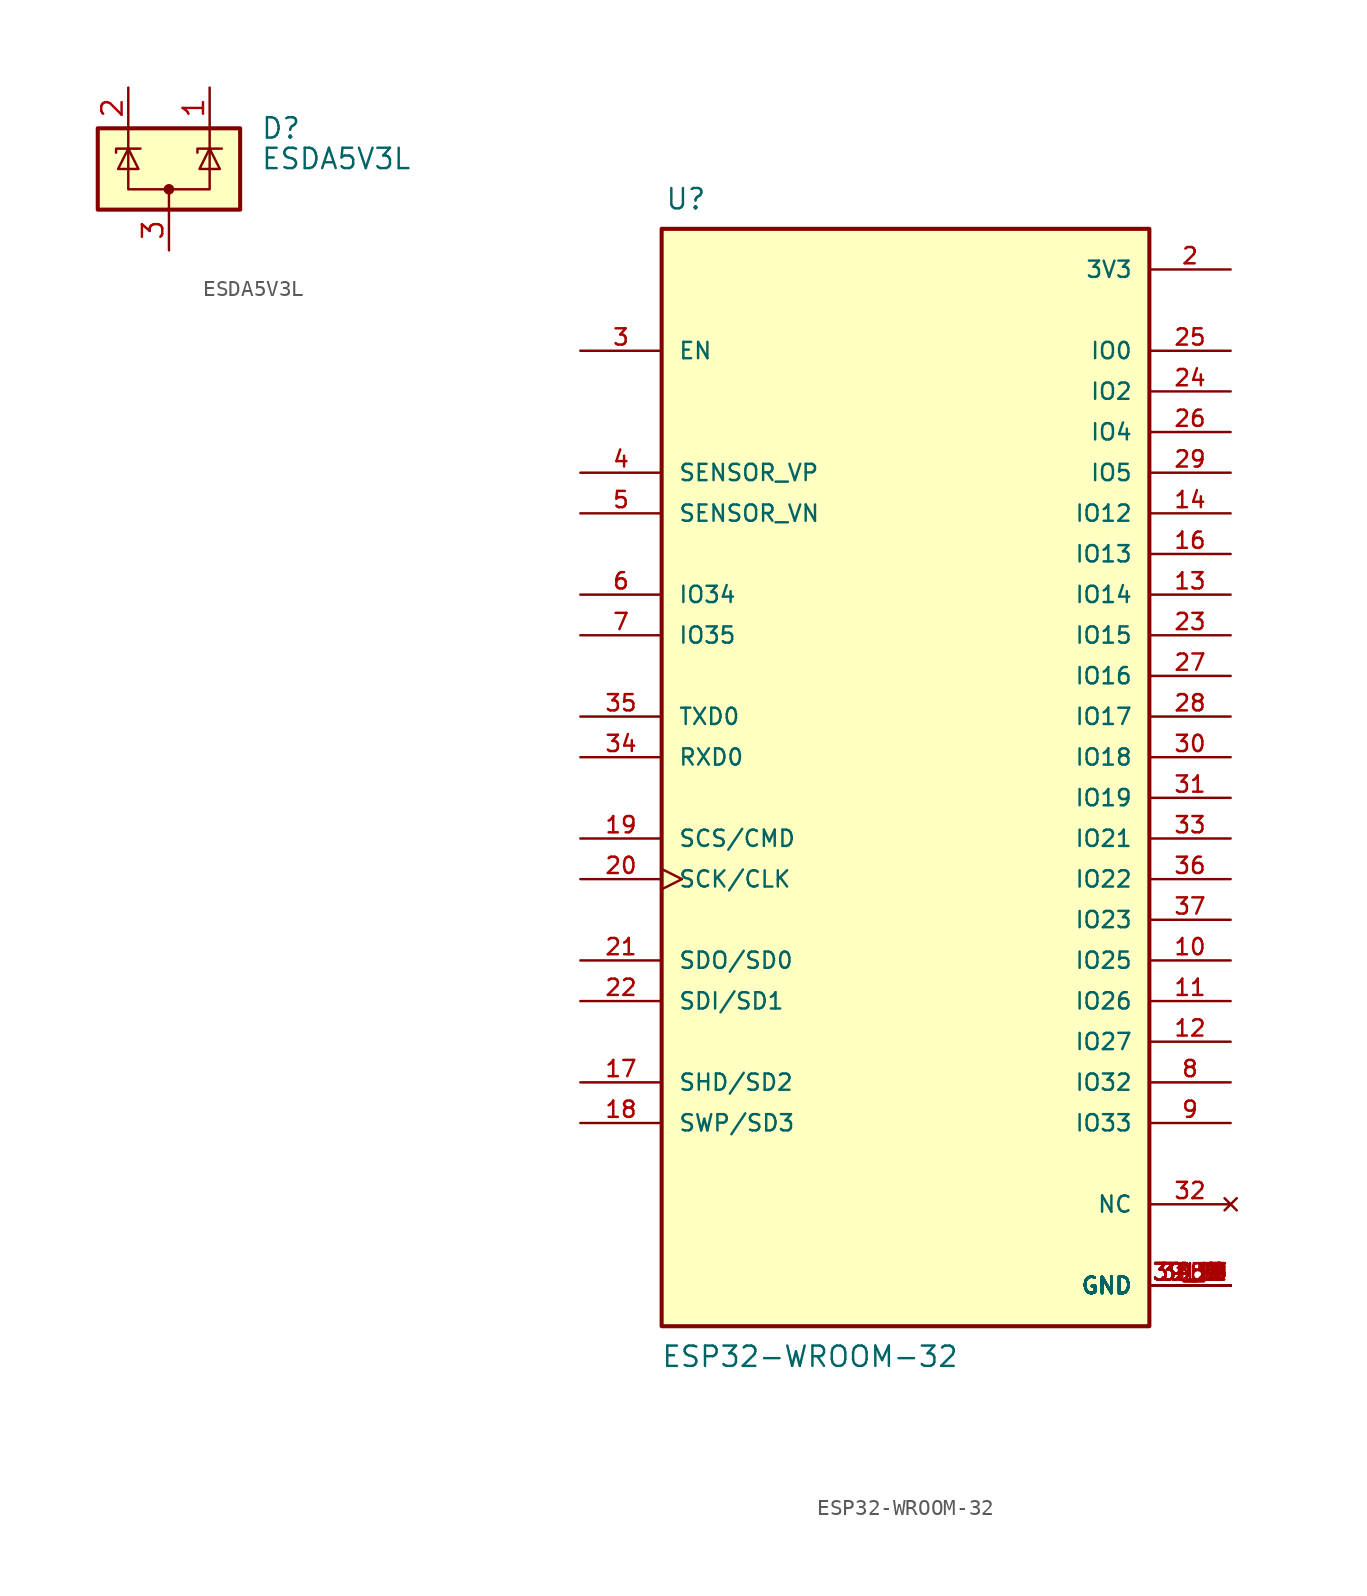
<source format=kicad_sym>
(kicad_symbol_lib
  (version 20211014)
  (generator kicad_symbol_editor)
  (symbol "ESDA5V3L"
    (pin_names hide)
    (property "Reference" "D"
      (at 5.715 2.54 0)
      (effects (font (size 1.27 1.27)) (justify left)))
    (property "Value" "ESDA5V3L"
      (at 5.715 0.635 0)
      (effects (font (size 1.27 1.27)) (justify left)))
    (symbol "ESDA5V3L_0_0"
      (pin passive line (at 0 -5.08 90) (length 2.54) (name "A" (effects (font (size 1.27 1.27)))) (number "3" (effects (font (size 1.27 1.27))))))
    (symbol "ESDA5V3L_0_1"
      (rectangle (start -4.445 2.54) (end 4.445 -2.54) (stroke (width 0.254) (type default) (color 0 0 0 0)) (fill (type background)))
      (circle (center 0 -1.27) (radius 0.254) (stroke (width 0) (type default) (color 0 0 0 0)) (fill (type outline)))
      (polyline (pts (xy -2.54 2.54) (xy -2.54 1.27)) (stroke (width 0) (type default) (color 0 0 0 0)) (fill (type none)))
      (polyline (pts (xy 0 -1.27) (xy 0 -2.54)) (stroke (width 0) (type default) (color 0 0 0 0)) (fill (type none)))
      (polyline (pts (xy 2.54 2.54) (xy 2.54 1.27)) (stroke (width 0) (type default) (color 0 0 0 0)) (fill (type none)))
      (polyline (pts (xy -3.302 1.016) (xy -3.302 1.27) (xy -1.905 1.27) (xy -1.778 1.27)) (stroke (width 0) (type default) (color 0 0 0 0)) (fill (type none)))
      (polyline (pts (xy -2.54 1.27) (xy -2.54 -1.27) (xy 2.54 -1.27) (xy 2.54 1.27)) (stroke (width 0) (type default) (color 0 0 0 0)) (fill (type none)))
      (polyline (pts (xy -2.54 1.27) (xy -1.905 0) (xy -3.175 0) (xy -2.54 1.27)) (stroke (width 0) (type default) (color 0 0 0 0)) (fill (type none)))
      (polyline (pts (xy 1.778 1.016) (xy 1.778 1.27) (xy 3.175 1.27) (xy 3.302 1.27)) (stroke (width 0) (type default) (color 0 0 0 0)) (fill (type none)))
      (polyline (pts (xy 2.54 1.27) (xy 1.905 0) (xy 3.175 0) (xy 2.54 1.27)) (stroke (width 0) (type default) (color 0 0 0 0)) (fill (type none))))
    (symbol "ESDA5V3L_1_1"
      (pin passive line (at 2.54 5.08 270) (length 2.54) (name "K" (effects (font (size 1.27 1.27)))) (number "1" (effects (font (size 1.27 1.27)))))
      (pin passive line (at -2.54 5.08 270) (length 2.54) (name "K" (effects (font (size 1.27 1.27)))) (number "2" (effects (font (size 1.27 1.27)))))))
  (symbol "ESP32-WROOM-32"
    (pin_names
      (offset 1.016))
    (property "Reference" "U"
      (at -15.037 36.678 0)
      (effects (font (size 1.27 1.27)) (justify left bottom)))
    (property "Value" "ESP32-WROOM-32"
      (at -15.291 -35.662 0)
      (effects (font (size 1.27 1.27)) (justify left bottom)))
    (property "ki_locked" ""
      (at 0 0 0)
      (effects (font (size 1.27 1.27))))
    (symbol "ESP32-WROOM-32_0_0"
      (rectangle (start -15.24 -33.02) (end 15.24 35.56) (stroke (width 0.254) (type default) (color 0 0 0 0)) (fill (type background)))
      (pin power_in line (at 20.32 -30.48 180) (length 5.08) (name "GND" (effects (font (size 1.016 1.016)))) (number "1" (effects (font (size 1.016 1.016)))))
      (pin bidirectional line (at 20.32 -10.16 180) (length 5.08) (name "IO25" (effects (font (size 1.016 1.016)))) (number "10" (effects (font (size 1.016 1.016)))))
      (pin bidirectional line (at 20.32 -12.7 180) (length 5.08) (name "IO26" (effects (font (size 1.016 1.016)))) (number "11" (effects (font (size 1.016 1.016)))))
      (pin bidirectional line (at 20.32 -15.24 180) (length 5.08) (name "IO27" (effects (font (size 1.016 1.016)))) (number "12" (effects (font (size 1.016 1.016)))))
      (pin bidirectional line (at 20.32 12.7 180) (length 5.08) (name "IO14" (effects (font (size 1.016 1.016)))) (number "13" (effects (font (size 1.016 1.016)))))
      (pin bidirectional line (at 20.32 17.78 180) (length 5.08) (name "IO12" (effects (font (size 1.016 1.016)))) (number "14" (effects (font (size 1.016 1.016)))))
      (pin power_in line (at 20.32 -30.48 180) (length 5.08) (name "GND" (effects (font (size 1.016 1.016)))) (number "15" (effects (font (size 1.016 1.016)))))
      (pin bidirectional line (at 20.32 15.24 180) (length 5.08) (name "IO13" (effects (font (size 1.016 1.016)))) (number "16" (effects (font (size 1.016 1.016)))))
      (pin bidirectional line (at -20.32 -17.78 0) (length 5.08) (name "SHD/SD2" (effects (font (size 1.016 1.016)))) (number "17" (effects (font (size 1.016 1.016)))))
      (pin bidirectional line (at -20.32 -20.32 0) (length 5.08) (name "SWP/SD3" (effects (font (size 1.016 1.016)))) (number "18" (effects (font (size 1.016 1.016)))))
      (pin bidirectional line (at -20.32 -2.54 0) (length 5.08) (name "SCS/CMD" (effects (font (size 1.016 1.016)))) (number "19" (effects (font (size 1.016 1.016)))))
      (pin power_in line (at 20.32 33.02 180) (length 5.08) (name "3V3" (effects (font (size 1.016 1.016)))) (number "2" (effects (font (size 1.016 1.016)))))
      (pin bidirectional clock (at -20.32 -5.08 0) (length 5.08) (name "SCK/CLK" (effects (font (size 1.016 1.016)))) (number "20" (effects (font (size 1.016 1.016)))))
      (pin bidirectional line (at -20.32 -10.16 0) (length 5.08) (name "SDO/SD0" (effects (font (size 1.016 1.016)))) (number "21" (effects (font (size 1.016 1.016)))))
      (pin bidirectional line (at -20.32 -12.7 0) (length 5.08) (name "SDI/SD1" (effects (font (size 1.016 1.016)))) (number "22" (effects (font (size 1.016 1.016)))))
      (pin bidirectional line (at 20.32 10.16 180) (length 5.08) (name "IO15" (effects (font (size 1.016 1.016)))) (number "23" (effects (font (size 1.016 1.016)))))
      (pin bidirectional line (at 20.32 25.4 180) (length 5.08) (name "IO2" (effects (font (size 1.016 1.016)))) (number "24" (effects (font (size 1.016 1.016)))))
      (pin bidirectional line (at 20.32 27.94 180) (length 5.08) (name "IO0" (effects (font (size 1.016 1.016)))) (number "25" (effects (font (size 1.016 1.016)))))
      (pin bidirectional line (at 20.32 22.86 180) (length 5.08) (name "IO4" (effects (font (size 1.016 1.016)))) (number "26" (effects (font (size 1.016 1.016)))))
      (pin bidirectional line (at 20.32 7.62 180) (length 5.08) (name "IO16" (effects (font (size 1.016 1.016)))) (number "27" (effects (font (size 1.016 1.016)))))
      (pin bidirectional line (at 20.32 5.08 180) (length 5.08) (name "IO17" (effects (font (size 1.016 1.016)))) (number "28" (effects (font (size 1.016 1.016)))))
      (pin bidirectional line (at 20.32 20.32 180) (length 5.08) (name "IO5" (effects (font (size 1.016 1.016)))) (number "29" (effects (font (size 1.016 1.016)))))
      (pin input line (at -20.32 27.94 0) (length 5.08) (name "EN" (effects (font (size 1.016 1.016)))) (number "3" (effects (font (size 1.016 1.016)))))
      (pin bidirectional line (at 20.32 2.54 180) (length 5.08) (name "IO18" (effects (font (size 1.016 1.016)))) (number "30" (effects (font (size 1.016 1.016)))))
      (pin bidirectional line (at 20.32 0 180) (length 5.08) (name "IO19" (effects (font (size 1.016 1.016)))) (number "31" (effects (font (size 1.016 1.016)))))
      (pin no_connect line (at 20.32 -25.4 180) (length 5.08) (name "NC" (effects (font (size 1.016 1.016)))) (number "32" (effects (font (size 1.016 1.016)))))
      (pin bidirectional line (at 20.32 -2.54 180) (length 5.08) (name "IO21" (effects (font (size 1.016 1.016)))) (number "33" (effects (font (size 1.016 1.016)))))
      (pin bidirectional line (at -20.32 2.54 0) (length 5.08) (name "RXD0" (effects (font (size 1.016 1.016)))) (number "34" (effects (font (size 1.016 1.016)))))
      (pin bidirectional line (at -20.32 5.08 0) (length 5.08) (name "TXD0" (effects (font (size 1.016 1.016)))) (number "35" (effects (font (size 1.016 1.016)))))
      (pin bidirectional line (at 20.32 -5.08 180) (length 5.08) (name "IO22" (effects (font (size 1.016 1.016)))) (number "36" (effects (font (size 1.016 1.016)))))
      (pin bidirectional line (at 20.32 -7.62 180) (length 5.08) (name "IO23" (effects (font (size 1.016 1.016)))) (number "37" (effects (font (size 1.016 1.016)))))
      (pin power_in line (at 20.32 -30.48 180) (length 5.08) (name "GND" (effects (font (size 1.016 1.016)))) (number "38" (effects (font (size 1.016 1.016)))))
      (pin power_in line (at 20.32 -30.48 180) (length 5.08) (name "GND" (effects (font (size 1.016 1.016)))) (number "39_1" (effects (font (size 1.016 1.016)))))
      (pin power_in line (at 20.32 -30.48 180) (length 5.08) (name "GND" (effects (font (size 1.016 1.016)))) (number "39_10" (effects (font (size 1.016 1.016)))))
      (pin power_in line (at 20.32 -30.48 180) (length 5.08) (name "GND" (effects (font (size 1.016 1.016)))) (number "39_11" (effects (font (size 1.016 1.016)))))
      (pin power_in line (at 20.32 -30.48 180) (length 5.08) (name "GND" (effects (font (size 1.016 1.016)))) (number "39_12" (effects (font (size 1.016 1.016)))))
      (pin power_in line (at 20.32 -30.48 180) (length 5.08) (name "GND" (effects (font (size 1.016 1.016)))) (number "39_13" (effects (font (size 1.016 1.016)))))
      (pin power_in line (at 20.32 -30.48 180) (length 5.08) (name "GND" (effects (font (size 1.016 1.016)))) (number "39_14" (effects (font (size 1.016 1.016)))))
      (pin power_in line (at 20.32 -30.48 180) (length 5.08) (name "GND" (effects (font (size 1.016 1.016)))) (number "39_15" (effects (font (size 1.016 1.016)))))
      (pin power_in line (at 20.32 -30.48 180) (length 5.08) (name "GND" (effects (font (size 1.016 1.016)))) (number "39_16" (effects (font (size 1.016 1.016)))))
      (pin power_in line (at 20.32 -30.48 180) (length 5.08) (name "GND" (effects (font (size 1.016 1.016)))) (number "39_17" (effects (font (size 1.016 1.016)))))
      (pin power_in line (at 20.32 -30.48 180) (length 5.08) (name "GND" (effects (font (size 1.016 1.016)))) (number "39_18" (effects (font (size 1.016 1.016)))))
      (pin power_in line (at 20.32 -30.48 180) (length 5.08) (name "GND" (effects (font (size 1.016 1.016)))) (number "39_19" (effects (font (size 1.016 1.016)))))
      (pin power_in line (at 20.32 -30.48 180) (length 5.08) (name "GND" (effects (font (size 1.016 1.016)))) (number "39_2" (effects (font (size 1.016 1.016)))))
      (pin power_in line (at 20.32 -30.48 180) (length 5.08) (name "GND" (effects (font (size 1.016 1.016)))) (number "39_20" (effects (font (size 1.016 1.016)))))
      (pin power_in line (at 20.32 -30.48 180) (length 5.08) (name "GND" (effects (font (size 1.016 1.016)))) (number "39_21" (effects (font (size 1.016 1.016)))))
      (pin power_in line (at 20.32 -30.48 180) (length 5.08) (name "GND" (effects (font (size 1.016 1.016)))) (number "39_3" (effects (font (size 1.016 1.016)))))
      (pin power_in line (at 20.32 -30.48 180) (length 5.08) (name "GND" (effects (font (size 1.016 1.016)))) (number "39_4" (effects (font (size 1.016 1.016)))))
      (pin power_in line (at 20.32 -30.48 180) (length 5.08) (name "GND" (effects (font (size 1.016 1.016)))) (number "39_5" (effects (font (size 1.016 1.016)))))
      (pin power_in line (at 20.32 -30.48 180) (length 5.08) (name "GND" (effects (font (size 1.016 1.016)))) (number "39_6" (effects (font (size 1.016 1.016)))))
      (pin power_in line (at 20.32 -30.48 180) (length 5.08) (name "GND" (effects (font (size 1.016 1.016)))) (number "39_7" (effects (font (size 1.016 1.016)))))
      (pin power_in line (at 20.32 -30.48 180) (length 5.08) (name "GND" (effects (font (size 1.016 1.016)))) (number "39_8" (effects (font (size 1.016 1.016)))))
      (pin power_in line (at 20.32 -30.48 180) (length 5.08) (name "GND" (effects (font (size 1.016 1.016)))) (number "39_9" (effects (font (size 1.016 1.016)))))
      (pin input line (at -20.32 20.32 0) (length 5.08) (name "SENSOR_VP" (effects (font (size 1.016 1.016)))) (number "4" (effects (font (size 1.016 1.016)))))
      (pin input line (at -20.32 17.78 0) (length 5.08) (name "SENSOR_VN" (effects (font (size 1.016 1.016)))) (number "5" (effects (font (size 1.016 1.016)))))
      (pin input line (at -20.32 12.7 0) (length 5.08) (name "IO34" (effects (font (size 1.016 1.016)))) (number "6" (effects (font (size 1.016 1.016)))))
      (pin input line (at -20.32 10.16 0) (length 5.08) (name "IO35" (effects (font (size 1.016 1.016)))) (number "7" (effects (font (size 1.016 1.016)))))
      (pin bidirectional line (at 20.32 -17.78 180) (length 5.08) (name "IO32" (effects (font (size 1.016 1.016)))) (number "8" (effects (font (size 1.016 1.016)))))
      (pin bidirectional line (at 20.32 -20.32 180) (length 5.08) (name "IO33" (effects (font (size 1.016 1.016)))) (number "9" (effects (font (size 1.016 1.016))))))))
</source>
